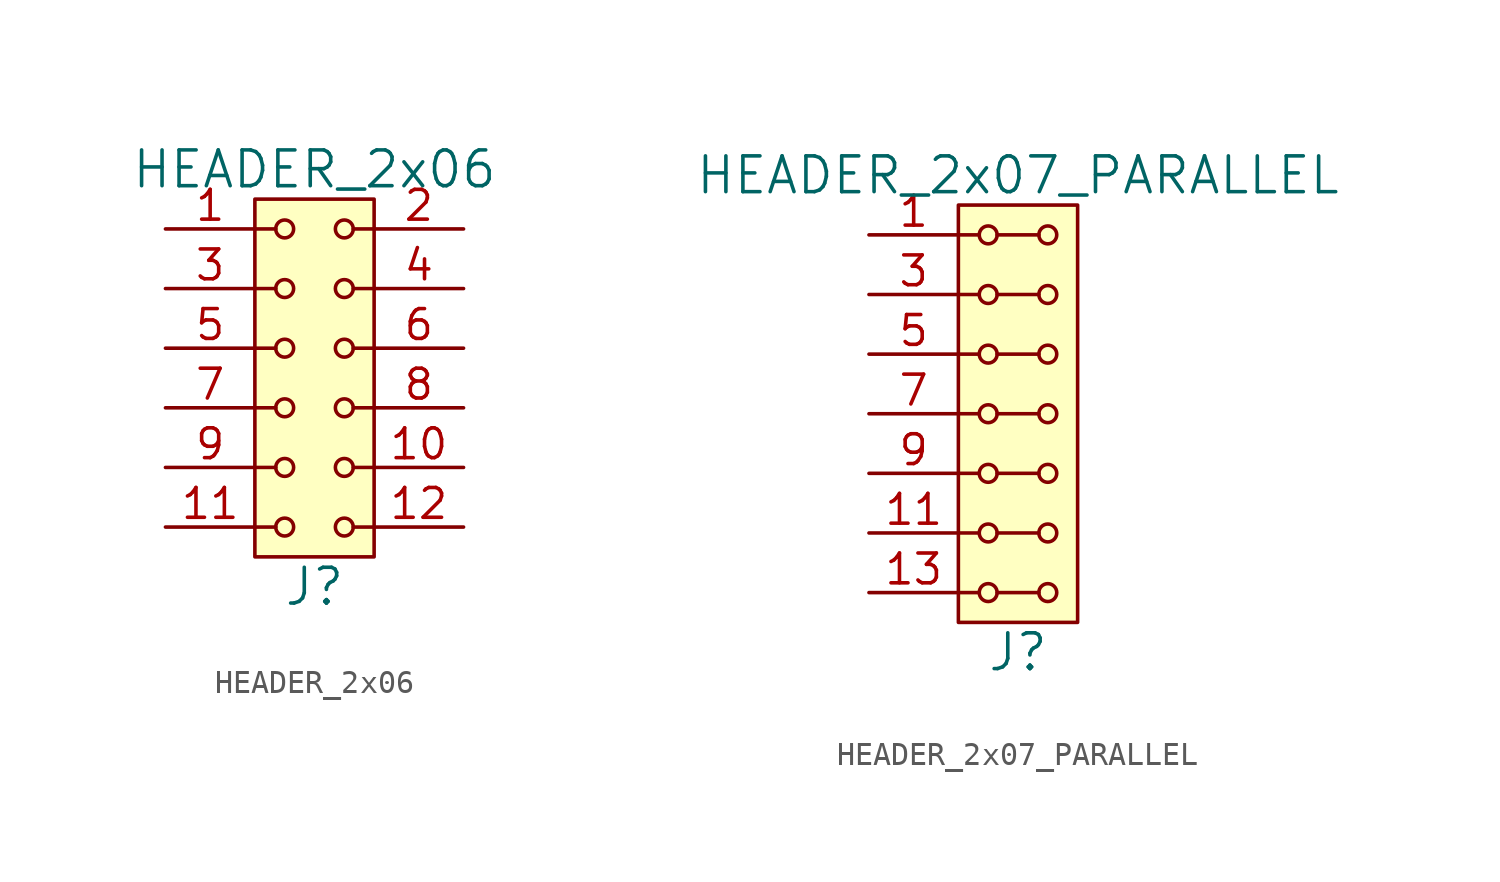
<source format=kicad_sym>
(kicad_symbol_lib
  (version 20211014)
  (generator kicad_symbol_editor)
  (symbol "HEADER_2x06"
    (pin_names
      (offset 1.016))
    (property "Reference" "J"
      (at 0 -8.89 0)
      (effects (font (size 1.524 1.524))))
    (property "Value" "HEADER_2x06"
      (at 0 8.89 0)
      (effects (font (size 1.524 1.524))))
    (property "Footprint" ""
      (at 0 6.35 0)
      (effects (font (size 1.524 1.524))))
    (property "Datasheet" ""
      (at 0 6.35 0)
      (effects (font (size 1.524 1.524))))
    (symbol "HEADER_2x06_0_1"
      (rectangle (start -2.54 7.62) (end 2.54 -7.62) (stroke (width 0) (type default) (color 0 0 0 0)) (fill (type background)))
      (circle (center -1.27 -6.35) (radius 0.381) (stroke (width 0) (type default) (color 0 0 0 0)) (fill (type none)))
      (circle (center -1.27 -3.81) (radius 0.381) (stroke (width 0) (type default) (color 0 0 0 0)) (fill (type none)))
      (circle (center -1.27 -1.27) (radius 0.381) (stroke (width 0) (type default) (color 0 0 0 0)) (fill (type none)))
      (circle (center -1.27 1.27) (radius 0.381) (stroke (width 0) (type default) (color 0 0 0 0)) (fill (type none)))
      (circle (center -1.27 3.81) (radius 0.381) (stroke (width 0) (type default) (color 0 0 0 0)) (fill (type none)))
      (circle (center -1.27 6.35) (radius 0.381) (stroke (width 0) (type default) (color 0 0 0 0)) (fill (type none)))
      (polyline (pts (xy -1.651 -6.35) (xy -2.54 -6.35)) (stroke (width 0) (type default) (color 0 0 0 0)) (fill (type none)))
      (polyline (pts (xy -1.651 -3.81) (xy -2.54 -3.81)) (stroke (width 0) (type default) (color 0 0 0 0)) (fill (type none)))
      (polyline (pts (xy -1.651 -1.27) (xy -2.54 -1.27)) (stroke (width 0) (type default) (color 0 0 0 0)) (fill (type none)))
      (polyline (pts (xy -1.651 1.27) (xy -2.54 1.27)) (stroke (width 0) (type default) (color 0 0 0 0)) (fill (type none)))
      (polyline (pts (xy -1.651 3.81) (xy -2.54 3.81)) (stroke (width 0) (type default) (color 0 0 0 0)) (fill (type none)))
      (polyline (pts (xy -1.651 6.35) (xy -2.54 6.35)) (stroke (width 0) (type default) (color 0 0 0 0)) (fill (type none)))
      (polyline (pts (xy 1.651 -6.35) (xy 2.54 -6.35)) (stroke (width 0) (type default) (color 0 0 0 0)) (fill (type none)))
      (polyline (pts (xy 1.651 -3.81) (xy 2.54 -3.81)) (stroke (width 0) (type default) (color 0 0 0 0)) (fill (type none)))
      (polyline (pts (xy 1.651 -1.27) (xy 2.54 -1.27)) (stroke (width 0) (type default) (color 0 0 0 0)) (fill (type none)))
      (polyline (pts (xy 1.651 1.27) (xy 2.54 1.27)) (stroke (width 0) (type default) (color 0 0 0 0)) (fill (type none)))
      (polyline (pts (xy 1.651 3.81) (xy 2.54 3.81)) (stroke (width 0) (type default) (color 0 0 0 0)) (fill (type none)))
      (polyline (pts (xy 1.651 6.35) (xy 2.54 6.35)) (stroke (width 0) (type default) (color 0 0 0 0)) (fill (type none)))
      (circle (center 1.27 -6.35) (radius 0.381) (stroke (width 0) (type default) (color 0 0 0 0)) (fill (type none)))
      (circle (center 1.27 -3.81) (radius 0.381) (stroke (width 0) (type default) (color 0 0 0 0)) (fill (type none)))
      (circle (center 1.27 -1.27) (radius 0.381) (stroke (width 0) (type default) (color 0 0 0 0)) (fill (type none)))
      (circle (center 1.27 1.27) (radius 0.381) (stroke (width 0) (type default) (color 0 0 0 0)) (fill (type none)))
      (circle (center 1.27 3.81) (radius 0.381) (stroke (width 0) (type default) (color 0 0 0 0)) (fill (type none)))
      (circle (center 1.27 6.35) (radius 0.381) (stroke (width 0) (type default) (color 0 0 0 0)) (fill (type none))))
    (symbol "HEADER_2x06_1_1"
      (pin input line (at -6.35 6.35 0) (length 3.81) (name "~" (effects (font (size 1.27 1.27)))) (number "1" (effects (font (size 1.27 1.27)))))
      (pin input line (at 6.35 -3.81 180) (length 3.81) (name "~" (effects (font (size 1.27 1.27)))) (number "10" (effects (font (size 1.27 1.27)))))
      (pin input line (at -6.35 -6.35 0) (length 3.81) (name "~" (effects (font (size 1.27 1.27)))) (number "11" (effects (font (size 1.27 1.27)))))
      (pin input line (at 6.35 -6.35 180) (length 3.81) (name "~" (effects (font (size 1.27 1.27)))) (number "12" (effects (font (size 1.27 1.27)))))
      (pin input line (at 6.35 6.35 180) (length 3.81) (name "~" (effects (font (size 1.27 1.27)))) (number "2" (effects (font (size 1.27 1.27)))))
      (pin input line (at -6.35 3.81 0) (length 3.81) (name "~" (effects (font (size 1.27 1.27)))) (number "3" (effects (font (size 1.27 1.27)))))
      (pin input line (at 6.35 3.81 180) (length 3.81) (name "~" (effects (font (size 1.27 1.27)))) (number "4" (effects (font (size 1.27 1.27)))))
      (pin input line (at -6.35 1.27 0) (length 3.81) (name "~" (effects (font (size 1.27 1.27)))) (number "5" (effects (font (size 1.27 1.27)))))
      (pin input line (at 6.35 1.27 180) (length 3.81) (name "~" (effects (font (size 1.27 1.27)))) (number "6" (effects (font (size 1.27 1.27)))))
      (pin input line (at -6.35 -1.27 0) (length 3.81) (name "~" (effects (font (size 1.27 1.27)))) (number "7" (effects (font (size 1.27 1.27)))))
      (pin input line (at 6.35 -1.27 180) (length 3.81) (name "~" (effects (font (size 1.27 1.27)))) (number "8" (effects (font (size 1.27 1.27)))))
      (pin input line (at -6.35 -3.81 0) (length 3.81) (name "~" (effects (font (size 1.27 1.27)))) (number "9" (effects (font (size 1.27 1.27)))))))
  (symbol "HEADER_2x07_PARALLEL"
    (pin_names
      (offset 1.016))
    (property "Reference" "J"
      (at 0 -10.16 0)
      (effects (font (size 1.524 1.524))))
    (property "Value" "HEADER_2x07_PARALLEL"
      (at 0 10.16 0)
      (effects (font (size 1.524 1.524))))
    (property "Footprint" ""
      (at 0 7.62 0)
      (effects (font (size 1.524 1.524))))
    (property "Datasheet" ""
      (at 0 7.62 0)
      (effects (font (size 1.524 1.524))))
    (symbol "HEADER_2x07_PARALLEL_0_1"
      (rectangle (start -2.54 8.89) (end 2.54 -8.89) (stroke (width 0) (type default) (color 0 0 0 0)) (fill (type background)))
      (circle (center -1.27 -7.62) (radius 0.381) (stroke (width 0) (type default) (color 0 0 0 0)) (fill (type none)))
      (circle (center -1.27 -5.08) (radius 0.381) (stroke (width 0) (type default) (color 0 0 0 0)) (fill (type none)))
      (circle (center -1.27 -2.54) (radius 0.381) (stroke (width 0) (type default) (color 0 0 0 0)) (fill (type none)))
      (circle (center -1.27 0) (radius 0.381) (stroke (width 0) (type default) (color 0 0 0 0)) (fill (type none)))
      (circle (center -1.27 2.54) (radius 0.381) (stroke (width 0) (type default) (color 0 0 0 0)) (fill (type none)))
      (circle (center -1.27 5.08) (radius 0.381) (stroke (width 0) (type default) (color 0 0 0 0)) (fill (type none)))
      (circle (center -1.27 7.62) (radius 0.381) (stroke (width 0) (type default) (color 0 0 0 0)) (fill (type none)))
      (polyline (pts (xy -1.651 -7.62) (xy -2.54 -7.62)) (stroke (width 0) (type default) (color 0 0 0 0)) (fill (type none)))
      (polyline (pts (xy -1.651 -5.08) (xy -2.54 -5.08)) (stroke (width 0) (type default) (color 0 0 0 0)) (fill (type none)))
      (polyline (pts (xy -1.651 -2.54) (xy -2.54 -2.54)) (stroke (width 0) (type default) (color 0 0 0 0)) (fill (type none)))
      (polyline (pts (xy -1.651 0) (xy -2.54 0)) (stroke (width 0) (type default) (color 0 0 0 0)) (fill (type none)))
      (polyline (pts (xy -1.651 2.54) (xy -2.54 2.54)) (stroke (width 0) (type default) (color 0 0 0 0)) (fill (type none)))
      (polyline (pts (xy -1.651 5.08) (xy -2.54 5.08)) (stroke (width 0) (type default) (color 0 0 0 0)) (fill (type none)))
      (polyline (pts (xy -1.651 7.62) (xy -2.54 7.62)) (stroke (width 0) (type default) (color 0 0 0 0)) (fill (type none)))
      (polyline (pts (xy -0.889 -7.62) (xy 0.889 -7.62)) (stroke (width 0) (type default) (color 0 0 0 0)) (fill (type none)))
      (polyline (pts (xy -0.889 -5.08) (xy 0.889 -5.08)) (stroke (width 0) (type default) (color 0 0 0 0)) (fill (type none)))
      (polyline (pts (xy -0.889 -2.54) (xy 0.889 -2.54)) (stroke (width 0) (type default) (color 0 0 0 0)) (fill (type none)))
      (polyline (pts (xy -0.889 0) (xy 0.889 0)) (stroke (width 0) (type default) (color 0 0 0 0)) (fill (type none)))
      (polyline (pts (xy -0.889 2.54) (xy 0.889 2.54)) (stroke (width 0) (type default) (color 0 0 0 0)) (fill (type none)))
      (polyline (pts (xy -0.889 5.08) (xy 0.889 5.08)) (stroke (width 0) (type default) (color 0 0 0 0)) (fill (type none)))
      (polyline (pts (xy -0.889 7.62) (xy 0.889 7.62)) (stroke (width 0) (type default) (color 0 0 0 0)) (fill (type none)))
      (circle (center 1.27 -7.62) (radius 0.381) (stroke (width 0) (type default) (color 0 0 0 0)) (fill (type none)))
      (circle (center 1.27 -5.08) (radius 0.381) (stroke (width 0) (type default) (color 0 0 0 0)) (fill (type none)))
      (circle (center 1.27 -2.54) (radius 0.381) (stroke (width 0) (type default) (color 0 0 0 0)) (fill (type none)))
      (circle (center 1.27 0) (radius 0.381) (stroke (width 0) (type default) (color 0 0 0 0)) (fill (type none)))
      (circle (center 1.27 2.54) (radius 0.381) (stroke (width 0) (type default) (color 0 0 0 0)) (fill (type none)))
      (circle (center 1.27 5.08) (radius 0.381) (stroke (width 0) (type default) (color 0 0 0 0)) (fill (type none)))
      (circle (center 1.27 7.62) (radius 0.381) (stroke (width 0) (type default) (color 0 0 0 0)) (fill (type none))))
    (symbol "HEADER_2x07_PARALLEL_1_1"
      (pin input line (at -6.35 7.62 0) (length 3.81) (name "~" (effects (font (size 1.27 1.27)))) (number "1" (effects (font (size 1.27 1.27)))))
      (pin input line (at -6.35 -2.54 0) (length 3.81) hide (name "~" (effects (font (size 1.27 1.27)))) (number "10" (effects (font (size 1.27 1.27)))))
      (pin input line (at -6.35 -5.08 0) (length 3.81) (name "~" (effects (font (size 1.27 1.27)))) (number "11" (effects (font (size 1.27 1.27)))))
      (pin input line (at -6.35 -5.08 0) (length 3.81) hide (name "~" (effects (font (size 1.27 1.27)))) (number "12" (effects (font (size 1.27 1.27)))))
      (pin input line (at -6.35 -7.62 0) (length 3.81) (name "~" (effects (font (size 1.27 1.27)))) (number "13" (effects (font (size 1.27 1.27)))))
      (pin input line (at -6.35 -7.62 0) (length 3.81) hide (name "~" (effects (font (size 1.27 1.27)))) (number "14" (effects (font (size 1.27 1.27)))))
      (pin input line (at -6.35 7.62 0) (length 3.81) hide (name "~" (effects (font (size 1.27 1.27)))) (number "2" (effects (font (size 1.27 1.27)))))
      (pin input line (at -6.35 5.08 0) (length 3.81) (name "~" (effects (font (size 1.27 1.27)))) (number "3" (effects (font (size 1.27 1.27)))))
      (pin input line (at -6.35 5.08 0) (length 3.81) hide (name "~" (effects (font (size 1.27 1.27)))) (number "4" (effects (font (size 1.27 1.27)))))
      (pin input line (at -6.35 2.54 0) (length 3.81) (name "~" (effects (font (size 1.27 1.27)))) (number "5" (effects (font (size 1.27 1.27)))))
      (pin input line (at -6.35 2.54 0) (length 3.81) hide (name "~" (effects (font (size 1.27 1.27)))) (number "6" (effects (font (size 1.27 1.27)))))
      (pin input line (at -6.35 0 0) (length 3.81) (name "~" (effects (font (size 1.27 1.27)))) (number "7" (effects (font (size 1.27 1.27)))))
      (pin input line (at -6.35 0 0) (length 3.81) hide (name "~" (effects (font (size 1.27 1.27)))) (number "8" (effects (font (size 1.27 1.27)))))
      (pin input line (at -6.35 -2.54 0) (length 3.81) (name "~" (effects (font (size 1.27 1.27)))) (number "9" (effects (font (size 1.27 1.27))))))))
</source>
